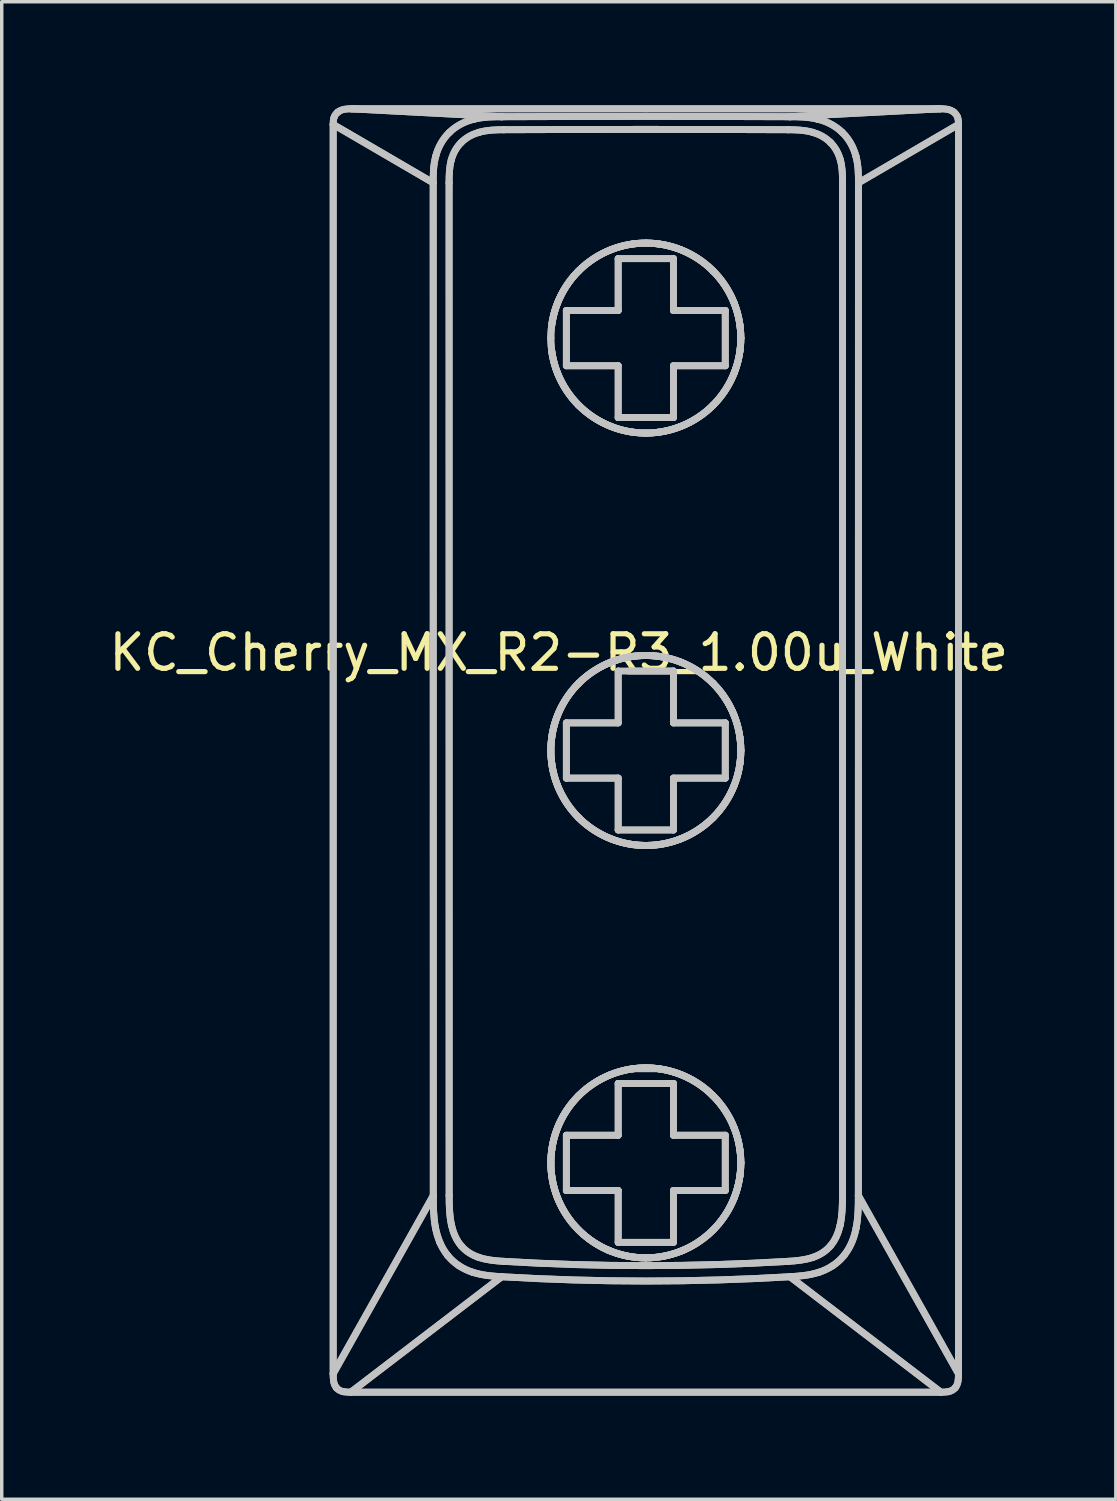
<source format=kicad_pcb>
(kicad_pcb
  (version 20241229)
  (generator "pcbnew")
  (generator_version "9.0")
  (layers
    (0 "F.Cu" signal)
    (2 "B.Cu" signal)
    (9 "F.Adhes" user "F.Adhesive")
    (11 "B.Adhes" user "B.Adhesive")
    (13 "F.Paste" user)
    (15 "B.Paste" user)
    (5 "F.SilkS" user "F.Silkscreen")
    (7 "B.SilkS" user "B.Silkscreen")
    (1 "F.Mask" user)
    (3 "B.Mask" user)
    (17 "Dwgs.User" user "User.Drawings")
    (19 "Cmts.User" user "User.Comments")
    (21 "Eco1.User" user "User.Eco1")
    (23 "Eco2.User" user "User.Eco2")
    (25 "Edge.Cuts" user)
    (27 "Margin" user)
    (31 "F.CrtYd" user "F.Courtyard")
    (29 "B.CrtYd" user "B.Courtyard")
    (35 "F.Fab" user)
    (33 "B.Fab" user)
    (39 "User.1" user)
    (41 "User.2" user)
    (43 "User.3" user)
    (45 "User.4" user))
  (footprint "KC_Cherry_MX_R2-R3_1.00u_White"
    (layer "F.Cu")
    (at 15.665 18.635)
    (property "Reference" "KC_Cherry_MX_R2-R3_1.00u_White" (at -2.54 -2.794 0) (layer "F.SilkS") (effects (font (size 1 1) (thickness 0.15))))
    (attr allow_missing_courtyard)
    (fp_line (start -9.07 -18.082) (end -9.07 18.081) (stroke (width 0.2) (type default)) (layer "Dwgs.User"))
    (fp_line (start -9.07 -18.082) (end -9.07 18.081) (stroke (width 0.2) (type default)) (layer "Dwgs.User"))
    (fp_line (start -9.07 -18.082) (end -6.175 -16.393) (stroke (width 0.2) (type default)) (layer "Dwgs.User"))
    (fp_line (start -9.07 -18.082) (end -6.175 -16.393) (stroke (width 0.2) (type default)) (layer "Dwgs.User"))
    (fp_line (start -9.07 18.081) (end -6.172 12.923) (stroke (width 0.2) (type default)) (layer "Dwgs.User"))
    (fp_line (start -9.07 18.081) (end -6.172 12.923) (stroke (width 0.2) (type default)) (layer "Dwgs.User"))
    (fp_line (start -8.56 18.615) (end -4.192 15.273) (stroke (width 0.2) (type default)) (layer "Dwgs.User"))
    (fp_line (start -8.56 18.615) (end -4.192 15.273) (stroke (width 0.2) (type default)) (layer "Dwgs.User"))
    (fp_line (start -8.56 18.615) (end 8.52 18.615) (stroke (width 0.2) (type default)) (layer "Dwgs.User"))
    (fp_line (start -8.56 18.615) (end 8.52 18.615) (stroke (width 0.2) (type default)) (layer "Dwgs.User"))
    (fp_line (start -8.539 -18.535) (end -4.181 -18.306) (stroke (width 0.2) (type default)) (layer "Dwgs.User"))
    (fp_line (start -8.539 -18.535) (end -4.181 -18.306) (stroke (width 0.2) (type default)) (layer "Dwgs.User"))
    (fp_line (start -6.172 12.923) (end -6.175 -16.393) (stroke (width 0.2) (type default)) (layer "Dwgs.User"))
    (fp_line (start -6.172 12.923) (end -6.175 -16.393) (stroke (width 0.2) (type default)) (layer "Dwgs.User"))
    (fp_line (start -5.713 12.921) (end -5.715 -16.395) (stroke (width 0.2) (type default)) (layer "Dwgs.User"))
    (fp_line (start -5.713 12.921) (end -5.715 -16.395) (stroke (width 0.2) (type default)) (layer "Dwgs.User"))
    (fp_line (start -2.32 -12.698) (end -0.82 -12.698) (stroke (width 0.2) (type default)) (layer "Dwgs.User"))
    (fp_line (start -2.32 -12.698) (end -0.82 -12.698) (stroke (width 0.2) (type default)) (layer "Dwgs.User"))
    (fp_line (start -2.32 -11.098) (end -2.32 -12.698) (stroke (width 0.2) (type default)) (layer "Dwgs.User"))
    (fp_line (start -2.32 -11.098) (end -2.32 -12.698) (stroke (width 0.2) (type default)) (layer "Dwgs.User"))
    (fp_line (start -2.32 -0.76) (end -0.82 -0.76) (stroke (width 0.2) (type default)) (layer "Dwgs.User"))
    (fp_line (start -2.32 -0.76) (end -0.82 -0.76) (stroke (width 0.2) (type default)) (layer "Dwgs.User"))
    (fp_line (start -2.32 0.84) (end -2.32 -0.76) (stroke (width 0.2) (type default)) (layer "Dwgs.User"))
    (fp_line (start -2.32 0.84) (end -2.32 -0.76) (stroke (width 0.2) (type default)) (layer "Dwgs.User"))
    (fp_line (start -2.32 11.178) (end -0.82 11.178) (stroke (width 0.2) (type default)) (layer "Dwgs.User"))
    (fp_line (start -2.32 11.178) (end -0.82 11.178) (stroke (width 0.2) (type default)) (layer "Dwgs.User"))
    (fp_line (start -2.32 12.778) (end -2.32 11.178) (stroke (width 0.2) (type default)) (layer "Dwgs.User"))
    (fp_line (start -2.32 12.778) (end -2.32 11.178) (stroke (width 0.2) (type default)) (layer "Dwgs.User"))
    (fp_line (start -0.82 -14.198) (end 0.78 -14.198) (stroke (width 0.2) (type default)) (layer "Dwgs.User"))
    (fp_line (start -0.82 -14.198) (end 0.78 -14.198) (stroke (width 0.2) (type default)) (layer "Dwgs.User"))
    (fp_line (start -0.82 -12.698) (end -0.82 -14.198) (stroke (width 0.2) (type default)) (layer "Dwgs.User"))
    (fp_line (start -0.82 -12.698) (end -0.82 -14.198) (stroke (width 0.2) (type default)) (layer "Dwgs.User"))
    (fp_line (start -0.82 -11.098) (end -2.32 -11.098) (stroke (width 0.2) (type default)) (layer "Dwgs.User"))
    (fp_line (start -0.82 -11.098) (end -2.32 -11.098) (stroke (width 0.2) (type default)) (layer "Dwgs.User"))
    (fp_line (start -0.82 -9.598) (end -0.82 -11.098) (stroke (width 0.2) (type default)) (layer "Dwgs.User"))
    (fp_line (start -0.82 -9.598) (end -0.82 -11.098) (stroke (width 0.2) (type default)) (layer "Dwgs.User"))
    (fp_line (start -0.82 -2.26) (end 0.78 -2.26) (stroke (width 0.2) (type default)) (layer "Dwgs.User"))
    (fp_line (start -0.82 -0.76) (end -0.82 -2.26) (stroke (width 0.2) (type default)) (layer "Dwgs.User"))
    (fp_line (start -0.82 -0.76) (end -0.82 -2.26) (stroke (width 0.2) (type default)) (layer "Dwgs.User"))
    (fp_line (start -0.82 0.84) (end -2.32 0.84) (stroke (width 0.2) (type default)) (layer "Dwgs.User"))
    (fp_line (start -0.82 0.84) (end -2.32 0.84) (stroke (width 0.2) (type default)) (layer "Dwgs.User"))
    (fp_line (start -0.82 2.34) (end -0.82 0.84) (stroke (width 0.2) (type default)) (layer "Dwgs.User"))
    (fp_line (start -0.82 2.34) (end -0.82 0.84) (stroke (width 0.2) (type default)) (layer "Dwgs.User"))
    (fp_line (start -0.82 9.678) (end 0.78 9.678) (stroke (width 0.2) (type default)) (layer "Dwgs.User"))
    (fp_line (start -0.82 9.678) (end 0.78 9.678) (stroke (width 0.2) (type default)) (layer "Dwgs.User"))
    (fp_line (start -0.82 11.178) (end -0.82 9.678) (stroke (width 0.2) (type default)) (layer "Dwgs.User"))
    (fp_line (start -0.82 11.178) (end -0.82 9.678) (stroke (width 0.2) (type default)) (layer "Dwgs.User"))
    (fp_line (start -0.82 12.778) (end -2.32 12.778) (stroke (width 0.2) (type default)) (layer "Dwgs.User"))
    (fp_line (start -0.82 12.778) (end -2.32 12.778) (stroke (width 0.2) (type default)) (layer "Dwgs.User"))
    (fp_line (start -0.82 14.278) (end -0.82 12.778) (stroke (width 0.2) (type default)) (layer "Dwgs.User"))
    (fp_line (start -0.82 14.278) (end -0.82 12.778) (stroke (width 0.2) (type default)) (layer "Dwgs.User"))
    (fp_line (start -0.52 -2.26) (end 0.78 -2.26) (stroke (width 0.2) (type default)) (layer "Dwgs.User"))
    (fp_line (start -0.395 9.253) (end 0.355 9.253) (stroke (width 0.2) (type default)) (layer "Dwgs.User"))
    (fp_line (start 0.78 -14.198) (end 0.78 -12.698) (stroke (width 0.2) (type default)) (layer "Dwgs.User"))
    (fp_line (start 0.78 -14.198) (end 0.78 -12.698) (stroke (width 0.2) (type default)) (layer "Dwgs.User"))
    (fp_line (start 0.78 -12.698) (end 2.28 -12.698) (stroke (width 0.2) (type default)) (layer "Dwgs.User"))
    (fp_line (start 0.78 -12.698) (end 2.28 -12.698) (stroke (width 0.2) (type default)) (layer "Dwgs.User"))
    (fp_line (start 0.78 -11.098) (end 0.78 -9.598) (stroke (width 0.2) (type default)) (layer "Dwgs.User"))
    (fp_line (start 0.78 -11.098) (end 0.78 -9.598) (stroke (width 0.2) (type default)) (layer "Dwgs.User"))
    (fp_line (start 0.78 -9.598) (end -0.82 -9.598) (stroke (width 0.2) (type default)) (layer "Dwgs.User"))
    (fp_line (start 0.78 -9.598) (end -0.82 -9.598) (stroke (width 0.2) (type default)) (layer "Dwgs.User"))
    (fp_line (start 0.78 -2.26) (end 0.78 -0.76) (stroke (width 0.2) (type default)) (layer "Dwgs.User"))
    (fp_line (start 0.78 -2.26) (end 0.78 -0.76) (stroke (width 0.2) (type default)) (layer "Dwgs.User"))
    (fp_line (start 0.78 -0.76) (end 2.28 -0.76) (stroke (width 0.2) (type default)) (layer "Dwgs.User"))
    (fp_line (start 0.78 -0.76) (end 2.28 -0.76) (stroke (width 0.2) (type default)) (layer "Dwgs.User"))
    (fp_line (start 0.78 0.84) (end 0.78 2.34) (stroke (width 0.2) (type default)) (layer "Dwgs.User"))
    (fp_line (start 0.78 0.84) (end 0.78 2.34) (stroke (width 0.2) (type default)) (layer "Dwgs.User"))
    (fp_line (start 0.78 2.34) (end -0.82 2.34) (stroke (width 0.2) (type default)) (layer "Dwgs.User"))
    (fp_line (start 0.78 2.34) (end -0.82 2.34) (stroke (width 0.2) (type default)) (layer "Dwgs.User"))
    (fp_line (start 0.78 9.678) (end 0.78 11.178) (stroke (width 0.2) (type default)) (layer "Dwgs.User"))
    (fp_line (start 0.78 9.678) (end 0.78 11.178) (stroke (width 0.2) (type default)) (layer "Dwgs.User"))
    (fp_line (start 0.78 11.178) (end 2.28 11.178) (stroke (width 0.2) (type default)) (layer "Dwgs.User"))
    (fp_line (start 0.78 11.178) (end 2.28 11.178) (stroke (width 0.2) (type default)) (layer "Dwgs.User"))
    (fp_line (start 0.78 12.778) (end 0.78 14.278) (stroke (width 0.2) (type default)) (layer "Dwgs.User"))
    (fp_line (start 0.78 12.778) (end 0.78 14.278) (stroke (width 0.2) (type default)) (layer "Dwgs.User"))
    (fp_line (start 0.78 14.278) (end -0.82 14.278) (stroke (width 0.2) (type default)) (layer "Dwgs.User"))
    (fp_line (start 0.78 14.278) (end -0.82 14.278) (stroke (width 0.2) (type default)) (layer "Dwgs.User"))
    (fp_line (start 2.28 -12.698) (end 2.28 -11.098) (stroke (width 0.2) (type default)) (layer "Dwgs.User"))
    (fp_line (start 2.28 -12.698) (end 2.28 -11.098) (stroke (width 0.2) (type default)) (layer "Dwgs.User"))
    (fp_line (start 2.28 -11.098) (end 0.78 -11.098) (stroke (width 0.2) (type default)) (layer "Dwgs.User"))
    (fp_line (start 2.28 -11.098) (end 0.78 -11.098) (stroke (width 0.2) (type default)) (layer "Dwgs.User"))
    (fp_line (start 2.28 -0.76) (end 2.28 0.84) (stroke (width 0.2) (type default)) (layer "Dwgs.User"))
    (fp_line (start 2.28 -0.76) (end 2.28 0.84) (stroke (width 0.2) (type default)) (layer "Dwgs.User"))
    (fp_line (start 2.28 0.84) (end 0.78 0.84) (stroke (width 0.2) (type default)) (layer "Dwgs.User"))
    (fp_line (start 2.28 0.84) (end 0.78 0.84) (stroke (width 0.2) (type default)) (layer "Dwgs.User"))
    (fp_line (start 2.28 11.178) (end 2.28 12.778) (stroke (width 0.2) (type default)) (layer "Dwgs.User"))
    (fp_line (start 2.28 11.178) (end 2.28 12.778) (stroke (width 0.2) (type default)) (layer "Dwgs.User"))
    (fp_line (start 2.28 12.778) (end 0.78 12.778) (stroke (width 0.2) (type default)) (layer "Dwgs.User"))
    (fp_line (start 2.28 12.778) (end 0.78 12.778) (stroke (width 0.2) (type default)) (layer "Dwgs.User"))
    (fp_line (start 4.152 15.273) (end 8.52 18.615) (stroke (width 0.2) (type default)) (layer "Dwgs.User"))
    (fp_line (start 4.152 15.273) (end 8.52 18.615) (stroke (width 0.2) (type default)) (layer "Dwgs.User"))
    (fp_line (start 5.675 -16.395) (end 5.673 12.921) (stroke (width 0.2) (type default)) (layer "Dwgs.User"))
    (fp_line (start 5.675 -16.395) (end 5.673 12.921) (stroke (width 0.2) (type default)) (layer "Dwgs.User"))
    (fp_line (start 6.132 12.923) (end 9.03 18.081) (stroke (width 0.2) (type default)) (layer "Dwgs.User"))
    (fp_line (start 6.132 12.923) (end 9.03 18.081) (stroke (width 0.2) (type default)) (layer "Dwgs.User"))
    (fp_line (start 6.135 -16.393) (end 6.132 12.923) (stroke (width 0.2) (type default)) (layer "Dwgs.User"))
    (fp_line (start 6.135 -16.393) (end 6.132 12.923) (stroke (width 0.2) (type default)) (layer "Dwgs.User"))
    (fp_line (start 8.499 -18.535) (end -8.539 -18.535) (stroke (width 0.2) (type default)) (layer "Dwgs.User"))
    (fp_line (start 8.499 -18.535) (end -8.539 -18.535) (stroke (width 0.2) (type default)) (layer "Dwgs.User"))
    (fp_line (start 8.499 -18.535) (end 4.141 -18.306) (stroke (width 0.2) (type default)) (layer "Dwgs.User"))
    (fp_line (start 8.499 -18.535) (end 4.141 -18.306) (stroke (width 0.2) (type default)) (layer "Dwgs.User"))
    (fp_line (start 9.03 -18.082) (end 6.135 -16.393) (stroke (width 0.2) (type default)) (layer "Dwgs.User"))
    (fp_line (start 9.03 -18.082) (end 6.135 -16.393) (stroke (width 0.2) (type default)) (layer "Dwgs.User"))
    (fp_line (start 9.03 18.081) (end 9.03 -18.082) (stroke (width 0.2) (type default)) (layer "Dwgs.User"))
    (fp_line (start 9.03 18.081) (end 9.03 -18.082) (stroke (width 0.2) (type default)) (layer "Dwgs.User"))
    (fp_curve (pts (xy -9.07 18.081) (xy -9.07 18.22) (xy -9.069 18.374) (xy -8.977 18.487)) (stroke (width 0.2) (type default)) (layer "Dwgs.User"))
    (fp_curve (pts (xy -9.07 18.081) (xy -9.07 18.22) (xy -9.069 18.374) (xy -8.977 18.487)) (stroke (width 0.2) (type default)) (layer "Dwgs.User"))
    (fp_curve (pts (xy -9.04 -18.3) (xy -9.068 -18.231) (xy -9.071 -18.155) (xy -9.07 -18.082)) (stroke (width 0.2) (type default)) (layer "Dwgs.User"))
    (fp_curve (pts (xy -9.04 -18.3) (xy -9.068 -18.231) (xy -9.071 -18.155) (xy -9.07 -18.082)) (stroke (width 0.2) (type default)) (layer "Dwgs.User"))
    (fp_curve (pts (xy -8.977 18.487) (xy -8.927 18.548) (xy -8.853 18.584) (xy -8.777 18.6)) (stroke (width 0.2) (type default)) (layer "Dwgs.User"))
    (fp_curve (pts (xy -8.977 18.487) (xy -8.927 18.548) (xy -8.853 18.584) (xy -8.777 18.6)) (stroke (width 0.2) (type default)) (layer "Dwgs.User"))
    (fp_curve (pts (xy -8.934 -18.44) (xy -8.982 -18.403) (xy -9.017 -18.356) (xy -9.04 -18.3)) (stroke (width 0.2) (type default)) (layer "Dwgs.User"))
    (fp_curve (pts (xy -8.934 -18.44) (xy -8.982 -18.403) (xy -9.017 -18.356) (xy -9.04 -18.3)) (stroke (width 0.2) (type default)) (layer "Dwgs.User"))
    (fp_curve (pts (xy -8.777 18.6) (xy -8.705 18.612) (xy -8.633 18.617) (xy -8.56 18.615)) (stroke (width 0.2) (type default)) (layer "Dwgs.User"))
    (fp_curve (pts (xy -8.777 18.6) (xy -8.705 18.612) (xy -8.633 18.617) (xy -8.56 18.615)) (stroke (width 0.2) (type default)) (layer "Dwgs.User"))
    (fp_curve (pts (xy -8.539 -18.535) (xy -8.675 -18.537) (xy -8.823 -18.528) (xy -8.934 -18.44)) (stroke (width 0.2) (type default)) (layer "Dwgs.User"))
    (fp_curve (pts (xy -8.539 -18.535) (xy -8.675 -18.537) (xy -8.823 -18.528) (xy -8.934 -18.44)) (stroke (width 0.2) (type default)) (layer "Dwgs.User"))
    (fp_curve (pts (xy -6.175 -16.393) (xy -6.175 -16.614) (xy -6.177 -16.877) (xy -6.102 -17.162)) (stroke (width 0.2) (type default)) (layer "Dwgs.User"))
    (fp_curve (pts (xy -6.175 -16.393) (xy -6.175 -16.614) (xy -6.177 -16.877) (xy -6.102 -17.162)) (stroke (width 0.2) (type default)) (layer "Dwgs.User"))
    (fp_curve (pts (xy -6.109 13.856) (xy -6.173 13.52) (xy -6.171 13.211) (xy -6.172 12.923)) (stroke (width 0.2) (type default)) (layer "Dwgs.User"))
    (fp_curve (pts (xy -6.109 13.856) (xy -6.173 13.52) (xy -6.171 13.211) (xy -6.172 12.923)) (stroke (width 0.2) (type default)) (layer "Dwgs.User"))
    (fp_curve (pts (xy -6.102 -17.162) (xy -6.038 -17.411) (xy -5.9 -17.669) (xy -5.7 -17.858)) (stroke (width 0.2) (type default)) (layer "Dwgs.User"))
    (fp_curve (pts (xy -6.102 -17.162) (xy -6.038 -17.411) (xy -5.9 -17.669) (xy -5.7 -17.858)) (stroke (width 0.2) (type default)) (layer "Dwgs.User"))
    (fp_curve (pts (xy -5.982 14.28) (xy -6.041 14.136) (xy -6.083 13.994) (xy -6.109 13.856)) (stroke (width 0.2) (type default)) (layer "Dwgs.User"))
    (fp_curve (pts (xy -5.982 14.28) (xy -6.041 14.136) (xy -6.083 13.994) (xy -6.109 13.856)) (stroke (width 0.2) (type default)) (layer "Dwgs.User"))
    (fp_curve (pts (xy -5.757 14.657) (xy -5.853 14.536) (xy -5.927 14.41) (xy -5.982 14.28)) (stroke (width 0.2) (type default)) (layer "Dwgs.User"))
    (fp_curve (pts (xy -5.757 14.657) (xy -5.853 14.536) (xy -5.927 14.41) (xy -5.982 14.28)) (stroke (width 0.2) (type default)) (layer "Dwgs.User"))
    (fp_curve (pts (xy -5.715 -16.395) (xy -5.715 -16.617) (xy -5.71 -16.842) (xy -5.651 -17.056)) (stroke (width 0.2) (type default)) (layer "Dwgs.User"))
    (fp_curve (pts (xy -5.715 -16.395) (xy -5.715 -16.617) (xy -5.71 -16.842) (xy -5.651 -17.056)) (stroke (width 0.2) (type default)) (layer "Dwgs.User"))
    (fp_curve (pts (xy -5.7 -17.858) (xy -5.492 -18.059) (xy -5.234 -18.178) (xy -4.991 -18.236)) (stroke (width 0.2) (type default)) (layer "Dwgs.User"))
    (fp_curve (pts (xy -5.7 -17.858) (xy -5.492 -18.059) (xy -5.234 -18.178) (xy -4.991 -18.236)) (stroke (width 0.2) (type default)) (layer "Dwgs.User"))
    (fp_curve (pts (xy -5.651 -17.056) (xy -5.6 -17.244) (xy -5.504 -17.42) (xy -5.369 -17.556)) (stroke (width 0.2) (type default)) (layer "Dwgs.User"))
    (fp_curve (pts (xy -5.651 -17.056) (xy -5.6 -17.244) (xy -5.504 -17.42) (xy -5.369 -17.556)) (stroke (width 0.2) (type default)) (layer "Dwgs.User"))
    (fp_curve (pts (xy -5.645 13.779) (xy -5.707 13.498) (xy -5.713 13.208) (xy -5.713 12.921)) (stroke (width 0.2) (type default)) (layer "Dwgs.User"))
    (fp_curve (pts (xy -5.645 13.779) (xy -5.707 13.498) (xy -5.713 13.208) (xy -5.713 12.921)) (stroke (width 0.2) (type default)) (layer "Dwgs.User"))
    (fp_curve (pts (xy -5.428 14.955) (xy -5.55 14.875) (xy -5.665 14.771) (xy -5.757 14.657)) (stroke (width 0.2) (type default)) (layer "Dwgs.User"))
    (fp_curve (pts (xy -5.428 14.955) (xy -5.55 14.875) (xy -5.665 14.771) (xy -5.757 14.657)) (stroke (width 0.2) (type default)) (layer "Dwgs.User"))
    (fp_curve (pts (xy -5.369 -17.556) (xy -5.226 -17.701) (xy -5.044 -17.799) (xy -4.851 -17.854)) (stroke (width 0.2) (type default)) (layer "Dwgs.User"))
    (fp_curve (pts (xy -5.369 -17.556) (xy -5.226 -17.701) (xy -5.044 -17.799) (xy -4.851 -17.854)) (stroke (width 0.2) (type default)) (layer "Dwgs.User"))
    (fp_curve (pts (xy -5.366 14.377) (xy -5.51 14.208) (xy -5.597 13.996) (xy -5.645 13.779)) (stroke (width 0.2) (type default)) (layer "Dwgs.User"))
    (fp_curve (pts (xy -5.366 14.377) (xy -5.51 14.208) (xy -5.597 13.996) (xy -5.645 13.779)) (stroke (width 0.2) (type default)) (layer "Dwgs.User"))
    (fp_curve (pts (xy -5.034 15.143) (xy -5.166 15.101) (xy -5.298 15.039) (xy -5.428 14.955)) (stroke (width 0.2) (type default)) (layer "Dwgs.User"))
    (fp_curve (pts (xy -5.034 15.143) (xy -5.166 15.101) (xy -5.298 15.039) (xy -5.428 14.955)) (stroke (width 0.2) (type default)) (layer "Dwgs.User"))
    (fp_curve (pts (xy -4.991 -18.236) (xy -4.698 -18.307) (xy -4.424 -18.305) (xy -4.181 -18.306)) (stroke (width 0.2) (type default)) (layer "Dwgs.User"))
    (fp_curve (pts (xy -4.991 -18.236) (xy -4.698 -18.307) (xy -4.424 -18.305) (xy -4.181 -18.306)) (stroke (width 0.2) (type default)) (layer "Dwgs.User"))
    (fp_curve (pts (xy -4.863 14.71) (xy -5.055 14.645) (xy -5.234 14.533) (xy -5.366 14.377)) (stroke (width 0.2) (type default)) (layer "Dwgs.User"))
    (fp_curve (pts (xy -4.863 14.71) (xy -5.055 14.645) (xy -5.234 14.533) (xy -5.366 14.377)) (stroke (width 0.2) (type default)) (layer "Dwgs.User"))
    (fp_curve (pts (xy -4.851 -17.854) (xy -4.619 -17.921) (xy -4.375 -17.929) (xy -4.134 -17.93)) (stroke (width 0.2) (type default)) (layer "Dwgs.User"))
    (fp_curve (pts (xy -4.851 -17.854) (xy -4.619 -17.921) (xy -4.375 -17.929) (xy -4.134 -17.93)) (stroke (width 0.2) (type default)) (layer "Dwgs.User"))
    (fp_curve (pts (xy -4.192 15.273) (xy -4.443 15.256) (xy -4.724 15.242) (xy -5.034 15.143)) (stroke (width 0.2) (type default)) (layer "Dwgs.User"))
    (fp_curve (pts (xy -4.192 15.273) (xy -4.443 15.256) (xy -4.724 15.242) (xy -5.034 15.143)) (stroke (width 0.2) (type default)) (layer "Dwgs.User"))
    (fp_curve (pts (xy -4.181 -18.306) (xy -1.421 -18.318) (xy 1.381 -18.318) (xy 4.141 -18.306)) (stroke (width 0.2) (type default)) (layer "Dwgs.User"))
    (fp_curve (pts (xy -4.181 -18.306) (xy -1.421 -18.318) (xy 1.381 -18.318) (xy 4.141 -18.306)) (stroke (width 0.2) (type default)) (layer "Dwgs.User"))
    (fp_curve (pts (xy -4.134 -17.93) (xy -1.405 -17.942) (xy 1.365 -17.942) (xy 4.094 -17.93)) (stroke (width 0.2) (type default)) (layer "Dwgs.User"))
    (fp_curve (pts (xy -4.134 -17.93) (xy -1.405 -17.942) (xy 1.365 -17.942) (xy 4.094 -17.93)) (stroke (width 0.2) (type default)) (layer "Dwgs.User"))
    (fp_curve (pts (xy -4.131 14.828) (xy -4.379 14.813) (xy -4.628 14.791) (xy -4.863 14.71)) (stroke (width 0.2) (type default)) (layer "Dwgs.User"))
    (fp_curve (pts (xy -4.131 14.828) (xy -4.379 14.813) (xy -4.628 14.791) (xy -4.863 14.71)) (stroke (width 0.2) (type default)) (layer "Dwgs.User"))
    (fp_curve (pts (xy -2.77 -11.899) (xy -2.77 -11.575) (xy -2.711 -11.225) (xy -2.577 -10.886)) (stroke (width 0.2) (type default)) (layer "Dwgs.User"))
    (fp_curve (pts (xy -2.77 -11.899) (xy -2.77 -11.575) (xy -2.711 -11.225) (xy -2.577 -10.886)) (stroke (width 0.2) (type default)) (layer "Dwgs.User"))
    (fp_curve (pts (xy -2.77 0.039) (xy -2.77 0.363) (xy -2.711 0.713) (xy -2.577 1.052)) (stroke (width 0.2) (type default)) (layer "Dwgs.User"))
    (fp_curve (pts (xy -2.77 0.039) (xy -2.77 0.363) (xy -2.711 0.713) (xy -2.577 1.052)) (stroke (width 0.2) (type default)) (layer "Dwgs.User"))
    (fp_curve (pts (xy -2.77 11.977) (xy -2.77 12.301) (xy -2.711 12.651) (xy -2.577 12.99)) (stroke (width 0.2) (type default)) (layer "Dwgs.User"))
    (fp_curve (pts (xy -2.77 11.977) (xy -2.77 12.301) (xy -2.711 12.651) (xy -2.577 12.99)) (stroke (width 0.2) (type default)) (layer "Dwgs.User"))
    (fp_curve (pts (xy -2.744 0.414) (xy -2.665 1.003) (xy -2.386 1.564) (xy -1.965 1.984)) (stroke (width 0.2) (type default)) (layer "Dwgs.User"))
    (fp_curve (pts (xy -2.744 0.414) (xy -2.665 1.003) (xy -2.386 1.564) (xy -1.965 1.984)) (stroke (width 0.2) (type default)) (layer "Dwgs.User"))
    (fp_curve (pts (xy -2.744 -12.274) (xy -2.664 -12.863) (xy -2.386 -13.424) (xy -1.965 -13.843)) (stroke (width 0.2) (type default)) (layer "Dwgs.User"))
    (fp_curve (pts (xy -2.744 -12.274) (xy -2.664 -12.863) (xy -2.386 -13.424) (xy -1.965 -13.843)) (stroke (width 0.2) (type default)) (layer "Dwgs.User"))
    (fp_curve (pts (xy -2.744 -0.336) (xy -2.779 -0.086) (xy -2.779 0.164) (xy -2.744 0.414)) (stroke (width 0.2) (type default)) (layer "Dwgs.User"))
    (fp_curve (pts (xy -2.744 -0.336) (xy -2.779 -0.086) (xy -2.779 0.164) (xy -2.744 0.414)) (stroke (width 0.2) (type default)) (layer "Dwgs.User"))
    (fp_curve (pts (xy -2.744 11.602) (xy -2.779 11.852) (xy -2.779 12.102) (xy -2.744 12.352)) (stroke (width 0.2) (type default)) (layer "Dwgs.User"))
    (fp_curve (pts (xy -2.744 11.602) (xy -2.779 11.852) (xy -2.779 12.102) (xy -2.744 12.352)) (stroke (width 0.2) (type default)) (layer "Dwgs.User"))
    (fp_curve (pts (xy -2.744 11.602) (xy -2.664 11.013) (xy -2.386 10.452) (xy -1.965 10.033)) (stroke (width 0.2) (type default)) (layer "Dwgs.User"))
    (fp_curve (pts (xy -2.744 11.602) (xy -2.664 11.013) (xy -2.386 10.452) (xy -1.965 10.033)) (stroke (width 0.2) (type default)) (layer "Dwgs.User"))
    (fp_curve (pts (xy -2.577 -12.911) (xy -2.711 -12.572) (xy -2.77 -12.222) (xy -2.77 -11.899)) (stroke (width 0.2) (type default)) (layer "Dwgs.User"))
    (fp_curve (pts (xy -2.577 -12.911) (xy -2.711 -12.572) (xy -2.77 -12.222) (xy -2.77 -11.899)) (stroke (width 0.2) (type default)) (layer "Dwgs.User"))
    (fp_curve (pts (xy -2.577 -10.886) (xy -2.444 -10.548) (xy -2.234 -10.222) (xy -1.965 -9.954)) (stroke (width 0.2) (type default)) (layer "Dwgs.User"))
    (fp_curve (pts (xy -2.577 -10.886) (xy -2.444 -10.548) (xy -2.234 -10.222) (xy -1.965 -9.954)) (stroke (width 0.2) (type default)) (layer "Dwgs.User"))
    (fp_curve (pts (xy -2.577 -0.973) (xy -2.711 -0.634) (xy -2.77 -0.284) (xy -2.77 0.039)) (stroke (width 0.2) (type default)) (layer "Dwgs.User"))
    (fp_curve (pts (xy -2.577 -0.973) (xy -2.711 -0.634) (xy -2.77 -0.284) (xy -2.77 0.039)) (stroke (width 0.2) (type default)) (layer "Dwgs.User"))
    (fp_curve (pts (xy -2.577 1.052) (xy -2.444 1.39) (xy -2.234 1.716) (xy -1.965 1.984)) (stroke (width 0.2) (type default)) (layer "Dwgs.User"))
    (fp_curve (pts (xy -2.577 1.052) (xy -2.444 1.39) (xy -2.234 1.716) (xy -1.965 1.984)) (stroke (width 0.2) (type default)) (layer "Dwgs.User"))
    (fp_curve (pts (xy -2.577 10.965) (xy -2.711 11.304) (xy -2.77 11.654) (xy -2.77 11.977)) (stroke (width 0.2) (type default)) (layer "Dwgs.User"))
    (fp_curve (pts (xy -2.577 10.965) (xy -2.711 11.304) (xy -2.77 11.654) (xy -2.77 11.977)) (stroke (width 0.2) (type default)) (layer "Dwgs.User"))
    (fp_curve (pts (xy -2.577 12.99) (xy -2.444 13.328) (xy -2.234 13.654) (xy -1.965 13.922)) (stroke (width 0.2) (type default)) (layer "Dwgs.User"))
    (fp_curve (pts (xy -2.577 12.99) (xy -2.444 13.328) (xy -2.234 13.654) (xy -1.965 13.922)) (stroke (width 0.2) (type default)) (layer "Dwgs.User"))
    (fp_curve (pts (xy -1.965 -13.843) (xy -2.234 -13.575) (xy -2.444 -13.249) (xy -2.577 -12.911)) (stroke (width 0.2) (type default)) (layer "Dwgs.User"))
    (fp_curve (pts (xy -1.965 -13.843) (xy -2.234 -13.575) (xy -2.444 -13.249) (xy -2.577 -12.911)) (stroke (width 0.2) (type default)) (layer "Dwgs.User"))
    (fp_curve (pts (xy -1.965 -13.843) (xy -1.545 -14.265) (xy -0.984 -14.543) (xy -0.395 -14.623)) (stroke (width 0.2) (type default)) (layer "Dwgs.User"))
    (fp_curve (pts (xy -1.965 -13.843) (xy -1.545 -14.265) (xy -0.984 -14.543) (xy -0.395 -14.623)) (stroke (width 0.2) (type default)) (layer "Dwgs.User"))
    (fp_curve (pts (xy -1.965 -9.954) (xy -2.386 -10.374) (xy -2.665 -10.935) (xy -2.744 -11.524)) (stroke (width 0.2) (type default)) (layer "Dwgs.User"))
    (fp_curve (pts (xy -1.965 -9.954) (xy -2.386 -10.374) (xy -2.665 -10.935) (xy -2.744 -11.524)) (stroke (width 0.2) (type default)) (layer "Dwgs.User"))
    (fp_curve (pts (xy -1.965 -9.954) (xy -1.696 -9.685) (xy -1.371 -9.475) (xy -1.032 -9.342)) (stroke (width 0.2) (type default)) (layer "Dwgs.User"))
    (fp_curve (pts (xy -1.965 -9.954) (xy -1.696 -9.685) (xy -1.371 -9.475) (xy -1.032 -9.342)) (stroke (width 0.2) (type default)) (layer "Dwgs.User"))
    (fp_curve (pts (xy -1.965 -1.905) (xy -2.386 -1.486) (xy -2.664 -0.925) (xy -2.744 -0.336)) (stroke (width 0.2) (type default)) (layer "Dwgs.User"))
    (fp_curve (pts (xy -1.965 -1.905) (xy -2.386 -1.486) (xy -2.664 -0.925) (xy -2.744 -0.336)) (stroke (width 0.2) (type default)) (layer "Dwgs.User"))
    (fp_curve (pts (xy -1.965 -1.905) (xy -2.234 -1.637) (xy -2.444 -1.311) (xy -2.577 -0.973)) (stroke (width 0.2) (type default)) (layer "Dwgs.User"))
    (fp_curve (pts (xy -1.965 -1.905) (xy -2.234 -1.637) (xy -2.444 -1.311) (xy -2.577 -0.973)) (stroke (width 0.2) (type default)) (layer "Dwgs.User"))
    (fp_curve (pts (xy -1.965 1.984) (xy -1.696 2.253) (xy -1.371 2.463) (xy -1.032 2.596)) (stroke (width 0.2) (type default)) (layer "Dwgs.User"))
    (fp_curve (pts (xy -1.965 1.984) (xy -1.696 2.253) (xy -1.371 2.463) (xy -1.032 2.596)) (stroke (width 0.2) (type default)) (layer "Dwgs.User"))
    (fp_curve (pts (xy -1.965 1.984) (xy -1.545 2.406) (xy -0.984 2.684) (xy -0.395 2.764)) (stroke (width 0.2) (type default)) (layer "Dwgs.User"))
    (fp_curve (pts (xy -1.965 1.984) (xy -1.545 2.406) (xy -0.984 2.684) (xy -0.395 2.764)) (stroke (width 0.2) (type default)) (layer "Dwgs.User"))
    (fp_curve (pts (xy -1.965 10.033) (xy -2.234 10.301) (xy -2.444 10.627) (xy -2.577 10.965)) (stroke (width 0.2) (type default)) (layer "Dwgs.User"))
    (fp_curve (pts (xy -1.965 10.033) (xy -2.234 10.301) (xy -2.444 10.627) (xy -2.577 10.965)) (stroke (width 0.2) (type default)) (layer "Dwgs.User"))
    (fp_curve (pts (xy -1.965 10.033) (xy -1.545 9.611) (xy -0.984 9.333) (xy -0.395 9.253)) (stroke (width 0.2) (type default)) (layer "Dwgs.User"))
    (fp_curve (pts (xy -1.965 10.033) (xy -1.545 9.611) (xy -0.984 9.333) (xy -0.395 9.253)) (stroke (width 0.2) (type default)) (layer "Dwgs.User"))
    (fp_curve (pts (xy -1.965 13.922) (xy -1.696 14.191) (xy -1.371 14.401) (xy -1.032 14.534)) (stroke (width 0.2) (type default)) (layer "Dwgs.User"))
    (fp_curve (pts (xy -1.965 13.922) (xy -1.696 14.191) (xy -1.371 14.401) (xy -1.032 14.534)) (stroke (width 0.2) (type default)) (layer "Dwgs.User"))
    (fp_curve (pts (xy -1.815 14.06) (xy -2.32 13.628) (xy -2.656 13.009) (xy -2.744 12.352)) (stroke (width 0.2) (type default)) (layer "Dwgs.User"))
    (fp_curve (pts (xy -1.815 14.06) (xy -2.32 13.628) (xy -2.656 13.009) (xy -2.744 12.352)) (stroke (width 0.2) (type default)) (layer "Dwgs.User"))
    (fp_curve (pts (xy -1.815 14.06) (xy -1.632 14.219) (xy -1.398 14.378) (xy -1.111 14.502)) (stroke (width 0.2) (type default)) (layer "Dwgs.User"))
    (fp_curve (pts (xy -1.815 14.06) (xy -1.632 14.219) (xy -1.398 14.378) (xy -1.111 14.502)) (stroke (width 0.2) (type default)) (layer "Dwgs.User"))
    (fp_curve (pts (xy -1.111 14.502) (xy -0.815 14.63) (xy -0.444 14.727) (xy -0.02 14.727)) (stroke (width 0.2) (type default)) (layer "Dwgs.User"))
    (fp_curve (pts (xy -1.111 14.502) (xy -0.815 14.63) (xy -0.444 14.727) (xy -0.02 14.727)) (stroke (width 0.2) (type default)) (layer "Dwgs.User"))
    (fp_curve (pts (xy -1.032 -14.456) (xy -1.371 -14.322) (xy -1.696 -14.112) (xy -1.965 -13.843)) (stroke (width 0.2) (type default)) (layer "Dwgs.User"))
    (fp_curve (pts (xy -1.032 -14.456) (xy -1.371 -14.322) (xy -1.696 -14.112) (xy -1.965 -13.843)) (stroke (width 0.2) (type default)) (layer "Dwgs.User"))
    (fp_curve (pts (xy -1.032 -9.342) (xy -0.693 -9.207) (xy -0.344 -9.148) (xy -0.02 -9.149)) (stroke (width 0.2) (type default)) (layer "Dwgs.User"))
    (fp_curve (pts (xy -1.032 -9.342) (xy -0.693 -9.207) (xy -0.344 -9.148) (xy -0.02 -9.149)) (stroke (width 0.2) (type default)) (layer "Dwgs.User"))
    (fp_curve (pts (xy -1.032 -2.518) (xy -1.371 -2.384) (xy -1.696 -2.174) (xy -1.965 -1.905)) (stroke (width 0.2) (type default)) (layer "Dwgs.User"))
    (fp_curve (pts (xy -1.032 -2.518) (xy -1.371 -2.384) (xy -1.696 -2.174) (xy -1.965 -1.905)) (stroke (width 0.2) (type default)) (layer "Dwgs.User"))
    (fp_curve (pts (xy -1.032 2.596) (xy -0.693 2.731) (xy -0.344 2.79) (xy -0.02 2.789)) (stroke (width 0.2) (type default)) (layer "Dwgs.User"))
    (fp_curve (pts (xy -1.032 2.596) (xy -0.693 2.731) (xy -0.344 2.79) (xy -0.02 2.789)) (stroke (width 0.2) (type default)) (layer "Dwgs.User"))
    (fp_curve (pts (xy -1.032 9.42) (xy -1.371 9.554) (xy -1.696 9.764) (xy -1.965 10.033)) (stroke (width 0.2) (type default)) (layer "Dwgs.User"))
    (fp_curve (pts (xy -1.032 9.42) (xy -1.371 9.554) (xy -1.696 9.764) (xy -1.965 10.033)) (stroke (width 0.2) (type default)) (layer "Dwgs.User"))
    (fp_curve (pts (xy -1.032 14.534) (xy -0.693 14.669) (xy -0.344 14.728) (xy -0.02 14.727)) (stroke (width 0.2) (type default)) (layer "Dwgs.User"))
    (fp_curve (pts (xy -1.032 14.534) (xy -0.693 14.669) (xy -0.344 14.728) (xy -0.02 14.727)) (stroke (width 0.2) (type default)) (layer "Dwgs.User"))
    (fp_curve (pts (xy -0.395 -14.623) (xy -0.145 -14.657) (xy 0.105 -14.657) (xy 0.355 -14.623)) (stroke (width 0.2) (type default)) (layer "Dwgs.User"))
    (fp_curve (pts (xy -0.395 -14.623) (xy -0.145 -14.657) (xy 0.105 -14.657) (xy 0.355 -14.623)) (stroke (width 0.2) (type default)) (layer "Dwgs.User"))
    (fp_curve (pts (xy -0.395 -9.174) (xy -0.984 -9.254) (xy -1.545 -9.532) (xy -1.965 -9.954)) (stroke (width 0.2) (type default)) (layer "Dwgs.User"))
    (fp_curve (pts (xy -0.395 -9.174) (xy -0.984 -9.254) (xy -1.545 -9.532) (xy -1.965 -9.954)) (stroke (width 0.2) (type default)) (layer "Dwgs.User"))
    (fp_curve (pts (xy -0.395 -2.685) (xy -0.984 -2.605) (xy -1.545 -2.327) (xy -1.965 -1.905)) (stroke (width 0.2) (type default)) (layer "Dwgs.User"))
    (fp_curve (pts (xy -0.395 -2.685) (xy -0.984 -2.605) (xy -1.545 -2.327) (xy -1.965 -1.905)) (stroke (width 0.2) (type default)) (layer "Dwgs.User"))
    (fp_curve (pts (xy -0.395 -2.685) (xy -0.145 -2.719) (xy 0.105 -2.719) (xy 0.355 -2.685)) (stroke (width 0.2) (type default)) (layer "Dwgs.User"))
    (fp_curve (pts (xy -0.395 -2.685) (xy -0.145 -2.719) (xy 0.105 -2.719) (xy 0.355 -2.685)) (stroke (width 0.2) (type default)) (layer "Dwgs.User"))
    (fp_curve (pts (xy -0.395 2.764) (xy -0.145 2.798) (xy 0.105 2.798) (xy 0.355 2.764)) (stroke (width 0.2) (type default)) (layer "Dwgs.User"))
    (fp_curve (pts (xy -0.395 2.764) (xy -0.145 2.798) (xy 0.105 2.798) (xy 0.355 2.764)) (stroke (width 0.2) (type default)) (layer "Dwgs.User"))
    (fp_curve (pts (xy -0.02 -14.649) (xy -0.344 -14.649) (xy -0.693 -14.59) (xy -1.032 -14.456)) (stroke (width 0.2) (type default)) (layer "Dwgs.User"))
    (fp_curve (pts (xy -0.02 -14.649) (xy -0.344 -14.649) (xy -0.693 -14.59) (xy -1.032 -14.456)) (stroke (width 0.2) (type default)) (layer "Dwgs.User"))
    (fp_curve (pts (xy -0.02 -9.149) (xy 0.304 -9.148) (xy 0.653 -9.207) (xy 0.992 -9.342)) (stroke (width 0.2) (type default)) (layer "Dwgs.User"))
    (fp_curve (pts (xy -0.02 -9.149) (xy 0.304 -9.148) (xy 0.653 -9.207) (xy 0.992 -9.342)) (stroke (width 0.2) (type default)) (layer "Dwgs.User"))
    (fp_curve (pts (xy -0.02 -2.711) (xy -0.344 -2.711) (xy -0.693 -2.652) (xy -1.032 -2.518)) (stroke (width 0.2) (type default)) (layer "Dwgs.User"))
    (fp_curve (pts (xy -0.02 -2.711) (xy -0.344 -2.711) (xy -0.693 -2.652) (xy -1.032 -2.518)) (stroke (width 0.2) (type default)) (layer "Dwgs.User"))
    (fp_curve (pts (xy -0.02 2.789) (xy 0.304 2.79) (xy 0.653 2.731) (xy 0.992 2.596)) (stroke (width 0.2) (type default)) (layer "Dwgs.User"))
    (fp_curve (pts (xy -0.02 2.789) (xy 0.304 2.79) (xy 0.653 2.731) (xy 0.992 2.596)) (stroke (width 0.2) (type default)) (layer "Dwgs.User"))
    (fp_curve (pts (xy -0.02 9.227) (xy -0.344 9.227) (xy -0.693 9.286) (xy -1.032 9.42)) (stroke (width 0.2) (type default)) (layer "Dwgs.User"))
    (fp_curve (pts (xy -0.02 9.227) (xy -0.344 9.227) (xy -0.693 9.286) (xy -1.032 9.42)) (stroke (width 0.2) (type default)) (layer "Dwgs.User"))
    (fp_curve (pts (xy -0.02 14.727) (xy 0.304 14.728) (xy 0.653 14.669) (xy 0.992 14.534)) (stroke (width 0.2) (type default)) (layer "Dwgs.User"))
    (fp_curve (pts (xy -0.02 14.727) (xy 0.304 14.728) (xy 0.653 14.669) (xy 0.992 14.534)) (stroke (width 0.2) (type default)) (layer "Dwgs.User"))
    (fp_curve (pts (xy -0.02 14.727) (xy 0.404 14.727) (xy 0.775 14.63) (xy 1.071 14.502)) (stroke (width 0.2) (type default)) (layer "Dwgs.User"))
    (fp_curve (pts (xy -0.02 14.727) (xy 0.404 14.727) (xy 0.775 14.63) (xy 1.071 14.502)) (stroke (width 0.2) (type default)) (layer "Dwgs.User"))
    (fp_curve (pts (xy 0.355 -14.623) (xy 0.944 -14.543) (xy 1.505 -14.265) (xy 1.925 -13.843)) (stroke (width 0.2) (type default)) (layer "Dwgs.User"))
    (fp_curve (pts (xy 0.355 -14.623) (xy 0.944 -14.543) (xy 1.505 -14.265) (xy 1.925 -13.843)) (stroke (width 0.2) (type default)) (layer "Dwgs.User"))
    (fp_curve (pts (xy 0.355 -9.174) (xy 0.105 -9.14) (xy -0.145 -9.14) (xy -0.395 -9.174)) (stroke (width 0.2) (type default)) (layer "Dwgs.User"))
    (fp_curve (pts (xy 0.355 -9.174) (xy 0.105 -9.14) (xy -0.145 -9.14) (xy -0.395 -9.174)) (stroke (width 0.2) (type default)) (layer "Dwgs.User"))
    (fp_curve (pts (xy 0.355 2.764) (xy 0.944 2.684) (xy 1.505 2.406) (xy 1.925 1.984)) (stroke (width 0.2) (type default)) (layer "Dwgs.User"))
    (fp_curve (pts (xy 0.355 2.764) (xy 0.944 2.684) (xy 1.505 2.406) (xy 1.925 1.984)) (stroke (width 0.2) (type default)) (layer "Dwgs.User"))
    (fp_curve (pts (xy 0.355 9.253) (xy 0.105 9.219) (xy -0.145 9.219) (xy -0.395 9.253)) (stroke (width 0.2) (type default)) (layer "Dwgs.User"))
    (fp_curve (pts (xy 0.355 9.253) (xy 0.105 9.219) (xy -0.145 9.219) (xy -0.395 9.253)) (stroke (width 0.2) (type default)) (layer "Dwgs.User"))
    (fp_curve (pts (xy 0.355 9.253) (xy 0.944 9.333) (xy 1.505 9.611) (xy 1.925 10.033)) (stroke (width 0.2) (type default)) (layer "Dwgs.User"))
    (fp_curve (pts (xy 0.355 9.253) (xy 0.944 9.333) (xy 1.505 9.611) (xy 1.925 10.033)) (stroke (width 0.2) (type default)) (layer "Dwgs.User"))
    (fp_curve (pts (xy 0.992 -14.456) (xy 0.653 -14.59) (xy 0.304 -14.649) (xy -0.02 -14.649)) (stroke (width 0.2) (type default)) (layer "Dwgs.User"))
    (fp_curve (pts (xy 0.992 -14.456) (xy 0.653 -14.59) (xy 0.304 -14.649) (xy -0.02 -14.649)) (stroke (width 0.2) (type default)) (layer "Dwgs.User"))
    (fp_curve (pts (xy 0.992 -9.342) (xy 1.331 -9.475) (xy 1.656 -9.685) (xy 1.925 -9.954)) (stroke (width 0.2) (type default)) (layer "Dwgs.User"))
    (fp_curve (pts (xy 0.992 -9.342) (xy 1.331 -9.475) (xy 1.656 -9.685) (xy 1.925 -9.954)) (stroke (width 0.2) (type default)) (layer "Dwgs.User"))
    (fp_curve (pts (xy 0.992 -2.518) (xy 0.653 -2.652) (xy 0.304 -2.711) (xy -0.02 -2.711)) (stroke (width 0.2) (type default)) (layer "Dwgs.User"))
    (fp_curve (pts (xy 0.992 -2.518) (xy 0.653 -2.652) (xy 0.304 -2.711) (xy -0.02 -2.711)) (stroke (width 0.2) (type default)) (layer "Dwgs.User"))
    (fp_curve (pts (xy 0.992 2.596) (xy 1.331 2.463) (xy 1.656 2.253) (xy 1.925 1.984)) (stroke (width 0.2) (type default)) (layer "Dwgs.User"))
    (fp_curve (pts (xy 0.992 2.596) (xy 1.331 2.463) (xy 1.656 2.253) (xy 1.925 1.984)) (stroke (width 0.2) (type default)) (layer "Dwgs.User"))
    (fp_curve (pts (xy 0.992 9.42) (xy 0.653 9.286) (xy 0.304 9.227) (xy -0.02 9.227)) (stroke (width 0.2) (type default)) (layer "Dwgs.User"))
    (fp_curve (pts (xy 0.992 9.42) (xy 0.653 9.286) (xy 0.304 9.227) (xy -0.02 9.227)) (stroke (width 0.2) (type default)) (layer "Dwgs.User"))
    (fp_curve (pts (xy 0.992 14.534) (xy 1.331 14.401) (xy 1.656 14.191) (xy 1.925 13.922)) (stroke (width 0.2) (type default)) (layer "Dwgs.User"))
    (fp_curve (pts (xy 0.992 14.534) (xy 1.331 14.401) (xy 1.656 14.191) (xy 1.925 13.922)) (stroke (width 0.2) (type default)) (layer "Dwgs.User"))
    (fp_curve (pts (xy 1.071 14.502) (xy 1.358 14.378) (xy 1.592 14.219) (xy 1.775 14.06)) (stroke (width 0.2) (type default)) (layer "Dwgs.User"))
    (fp_curve (pts (xy 1.071 14.502) (xy 1.358 14.378) (xy 1.592 14.219) (xy 1.775 14.06)) (stroke (width 0.2) (type default)) (layer "Dwgs.User"))
    (fp_curve (pts (xy 1.925 -13.843) (xy 1.656 -14.112) (xy 1.331 -14.322) (xy 0.992 -14.456)) (stroke (width 0.2) (type default)) (layer "Dwgs.User"))
    (fp_curve (pts (xy 1.925 -13.843) (xy 1.656 -14.112) (xy 1.331 -14.322) (xy 0.992 -14.456)) (stroke (width 0.2) (type default)) (layer "Dwgs.User"))
    (fp_curve (pts (xy 1.925 -13.843) (xy 2.346 -13.424) (xy 2.624 -12.863) (xy 2.704 -12.274)) (stroke (width 0.2) (type default)) (layer "Dwgs.User"))
    (fp_curve (pts (xy 1.925 -13.843) (xy 2.346 -13.424) (xy 2.624 -12.863) (xy 2.704 -12.274)) (stroke (width 0.2) (type default)) (layer "Dwgs.User"))
    (fp_curve (pts (xy 1.925 -9.954) (xy 1.505 -9.532) (xy 0.944 -9.254) (xy 0.355 -9.174)) (stroke (width 0.2) (type default)) (layer "Dwgs.User"))
    (fp_curve (pts (xy 1.925 -9.954) (xy 1.505 -9.532) (xy 0.944 -9.254) (xy 0.355 -9.174)) (stroke (width 0.2) (type default)) (layer "Dwgs.User"))
    (fp_curve (pts (xy 1.925 -9.954) (xy 2.194 -10.222) (xy 2.404 -10.548) (xy 2.537 -10.886)) (stroke (width 0.2) (type default)) (layer "Dwgs.User"))
    (fp_curve (pts (xy 1.925 -9.954) (xy 2.194 -10.222) (xy 2.404 -10.548) (xy 2.537 -10.886)) (stroke (width 0.2) (type default)) (layer "Dwgs.User"))
    (fp_curve (pts (xy 1.925 -1.905) (xy 1.505 -2.327) (xy 0.944 -2.605) (xy 0.355 -2.685)) (stroke (width 0.2) (type default)) (layer "Dwgs.User"))
    (fp_curve (pts (xy 1.925 -1.905) (xy 1.505 -2.327) (xy 0.944 -2.605) (xy 0.355 -2.685)) (stroke (width 0.2) (type default)) (layer "Dwgs.User"))
    (fp_curve (pts (xy 1.925 -1.905) (xy 1.656 -2.174) (xy 1.331 -2.384) (xy 0.992 -2.518)) (stroke (width 0.2) (type default)) (layer "Dwgs.User"))
    (fp_curve (pts (xy 1.925 -1.905) (xy 1.656 -2.174) (xy 1.331 -2.384) (xy 0.992 -2.518)) (stroke (width 0.2) (type default)) (layer "Dwgs.User"))
    (fp_curve (pts (xy 1.925 1.984) (xy 2.194 1.716) (xy 2.404 1.39) (xy 2.537 1.052)) (stroke (width 0.2) (type default)) (layer "Dwgs.User"))
    (fp_curve (pts (xy 1.925 1.984) (xy 2.194 1.716) (xy 2.404 1.39) (xy 2.537 1.052)) (stroke (width 0.2) (type default)) (layer "Dwgs.User"))
    (fp_curve (pts (xy 1.925 1.984) (xy 2.346 1.564) (xy 2.625 1.003) (xy 2.704 0.414)) (stroke (width 0.2) (type default)) (layer "Dwgs.User"))
    (fp_curve (pts (xy 1.925 1.984) (xy 2.346 1.564) (xy 2.625 1.003) (xy 2.704 0.414)) (stroke (width 0.2) (type default)) (layer "Dwgs.User"))
    (fp_curve (pts (xy 1.925 10.033) (xy 1.656 9.764) (xy 1.331 9.554) (xy 0.992 9.42)) (stroke (width 0.2) (type default)) (layer "Dwgs.User"))
    (fp_curve (pts (xy 1.925 10.033) (xy 1.656 9.764) (xy 1.331 9.554) (xy 0.992 9.42)) (stroke (width 0.2) (type default)) (layer "Dwgs.User"))
    (fp_curve (pts (xy 1.925 10.033) (xy 2.346 10.452) (xy 2.624 11.013) (xy 2.704 11.602)) (stroke (width 0.2) (type default)) (layer "Dwgs.User"))
    (fp_curve (pts (xy 1.925 10.033) (xy 2.346 10.452) (xy 2.624 11.013) (xy 2.704 11.602)) (stroke (width 0.2) (type default)) (layer "Dwgs.User"))
    (fp_curve (pts (xy 1.925 13.922) (xy 2.194 13.654) (xy 2.404 13.328) (xy 2.537 12.99)) (stroke (width 0.2) (type default)) (layer "Dwgs.User"))
    (fp_curve (pts (xy 1.925 13.922) (xy 2.194 13.654) (xy 2.404 13.328) (xy 2.537 12.99)) (stroke (width 0.2) (type default)) (layer "Dwgs.User"))
    (fp_curve (pts (xy 2.537 -12.911) (xy 2.404 -13.249) (xy 2.194 -13.575) (xy 1.925 -13.843)) (stroke (width 0.2) (type default)) (layer "Dwgs.User"))
    (fp_curve (pts (xy 2.537 -12.911) (xy 2.404 -13.249) (xy 2.194 -13.575) (xy 1.925 -13.843)) (stroke (width 0.2) (type default)) (layer "Dwgs.User"))
    (fp_curve (pts (xy 2.537 -10.886) (xy 2.671 -11.225) (xy 2.73 -11.575) (xy 2.73 -11.899)) (stroke (width 0.2) (type default)) (layer "Dwgs.User"))
    (fp_curve (pts (xy 2.537 -10.886) (xy 2.671 -11.225) (xy 2.73 -11.575) (xy 2.73 -11.899)) (stroke (width 0.2) (type default)) (layer "Dwgs.User"))
    (fp_curve (pts (xy 2.537 -0.973) (xy 2.404 -1.311) (xy 2.194 -1.637) (xy 1.925 -1.905)) (stroke (width 0.2) (type default)) (layer "Dwgs.User"))
    (fp_curve (pts (xy 2.537 -0.973) (xy 2.404 -1.311) (xy 2.194 -1.637) (xy 1.925 -1.905)) (stroke (width 0.2) (type default)) (layer "Dwgs.User"))
    (fp_curve (pts (xy 2.537 1.052) (xy 2.671 0.713) (xy 2.73 0.363) (xy 2.73 0.039)) (stroke (width 0.2) (type default)) (layer "Dwgs.User"))
    (fp_curve (pts (xy 2.537 1.052) (xy 2.671 0.713) (xy 2.73 0.363) (xy 2.73 0.039)) (stroke (width 0.2) (type default)) (layer "Dwgs.User"))
    (fp_curve (pts (xy 2.537 10.965) (xy 2.404 10.627) (xy 2.194 10.301) (xy 1.925 10.033)) (stroke (width 0.2) (type default)) (layer "Dwgs.User"))
    (fp_curve (pts (xy 2.537 10.965) (xy 2.404 10.627) (xy 2.194 10.301) (xy 1.925 10.033)) (stroke (width 0.2) (type default)) (layer "Dwgs.User"))
    (fp_curve (pts (xy 2.537 12.99) (xy 2.671 12.651) (xy 2.73 12.301) (xy 2.73 11.977)) (stroke (width 0.2) (type default)) (layer "Dwgs.User"))
    (fp_curve (pts (xy 2.537 12.99) (xy 2.671 12.651) (xy 2.73 12.301) (xy 2.73 11.977)) (stroke (width 0.2) (type default)) (layer "Dwgs.User"))
    (fp_curve (pts (xy 2.704 -12.274) (xy 2.721 -12.15) (xy 2.73 -12.024) (xy 2.73 -11.899)) (stroke (width 0.2) (type default)) (layer "Dwgs.User"))
    (fp_curve (pts (xy 2.704 -12.274) (xy 2.721 -12.15) (xy 2.73 -12.024) (xy 2.73 -11.899)) (stroke (width 0.2) (type default)) (layer "Dwgs.User"))
    (fp_curve (pts (xy 2.704 -0.336) (xy 2.624 -0.925) (xy 2.346 -1.486) (xy 1.925 -1.905)) (stroke (width 0.2) (type default)) (layer "Dwgs.User"))
    (fp_curve (pts (xy 2.704 -0.336) (xy 2.624 -0.925) (xy 2.346 -1.486) (xy 1.925 -1.905)) (stroke (width 0.2) (type default)) (layer "Dwgs.User"))
    (fp_curve (pts (xy 2.704 -0.336) (xy 2.721 -0.212) (xy 2.73 -0.086) (xy 2.73 0.039)) (stroke (width 0.2) (type default)) (layer "Dwgs.User"))
    (fp_curve (pts (xy 2.704 -0.336) (xy 2.721 -0.212) (xy 2.73 -0.086) (xy 2.73 0.039)) (stroke (width 0.2) (type default)) (layer "Dwgs.User"))
    (fp_curve (pts (xy 2.704 11.602) (xy 2.721 11.726) (xy 2.73 11.852) (xy 2.73 11.977)) (stroke (width 0.2) (type default)) (layer "Dwgs.User"))
    (fp_curve (pts (xy 2.704 11.602) (xy 2.721 11.726) (xy 2.73 11.852) (xy 2.73 11.977)) (stroke (width 0.2) (type default)) (layer "Dwgs.User"))
    (fp_curve (pts (xy 2.704 -11.524) (xy 2.625 -10.935) (xy 2.346 -10.374) (xy 1.925 -9.954)) (stroke (width 0.2) (type default)) (layer "Dwgs.User"))
    (fp_curve (pts (xy 2.704 -11.524) (xy 2.625 -10.935) (xy 2.346 -10.374) (xy 1.925 -9.954)) (stroke (width 0.2) (type default)) (layer "Dwgs.User"))
    (fp_curve (pts (xy 2.704 12.352) (xy 2.616 13.009) (xy 2.28 13.628) (xy 1.775 14.06)) (stroke (width 0.2) (type default)) (layer "Dwgs.User"))
    (fp_curve (pts (xy 2.704 12.352) (xy 2.616 13.009) (xy 2.28 13.628) (xy 1.775 14.06)) (stroke (width 0.2) (type default)) (layer "Dwgs.User"))
    (fp_curve (pts (xy 2.73 -11.899) (xy 2.73 -12.222) (xy 2.671 -12.572) (xy 2.537 -12.911)) (stroke (width 0.2) (type default)) (layer "Dwgs.User"))
    (fp_curve (pts (xy 2.73 -11.899) (xy 2.73 -12.222) (xy 2.671 -12.572) (xy 2.537 -12.911)) (stroke (width 0.2) (type default)) (layer "Dwgs.User"))
    (fp_curve (pts (xy 2.73 -11.899) (xy 2.73 -11.773) (xy 2.721 -11.648) (xy 2.704 -11.524)) (stroke (width 0.2) (type default)) (layer "Dwgs.User"))
    (fp_curve (pts (xy 2.73 -11.899) (xy 2.73 -11.773) (xy 2.721 -11.648) (xy 2.704 -11.524)) (stroke (width 0.2) (type default)) (layer "Dwgs.User"))
    (fp_curve (pts (xy 2.73 0.039) (xy 2.73 -0.284) (xy 2.671 -0.634) (xy 2.537 -0.973)) (stroke (width 0.2) (type default)) (layer "Dwgs.User"))
    (fp_curve (pts (xy 2.73 0.039) (xy 2.73 -0.284) (xy 2.671 -0.634) (xy 2.537 -0.973)) (stroke (width 0.2) (type default)) (layer "Dwgs.User"))
    (fp_curve (pts (xy 2.73 0.039) (xy 2.73 0.165) (xy 2.721 0.29) (xy 2.704 0.414)) (stroke (width 0.2) (type default)) (layer "Dwgs.User"))
    (fp_curve (pts (xy 2.73 0.039) (xy 2.73 0.165) (xy 2.721 0.29) (xy 2.704 0.414)) (stroke (width 0.2) (type default)) (layer "Dwgs.User"))
    (fp_curve (pts (xy 2.73 11.977) (xy 2.73 11.654) (xy 2.671 11.304) (xy 2.537 10.965)) (stroke (width 0.2) (type default)) (layer "Dwgs.User"))
    (fp_curve (pts (xy 2.73 11.977) (xy 2.73 11.654) (xy 2.671 11.304) (xy 2.537 10.965)) (stroke (width 0.2) (type default)) (layer "Dwgs.User"))
    (fp_curve (pts (xy 2.73 11.977) (xy 2.73 12.103) (xy 2.721 12.228) (xy 2.704 12.352)) (stroke (width 0.2) (type default)) (layer "Dwgs.User"))
    (fp_curve (pts (xy 2.73 11.977) (xy 2.73 12.103) (xy 2.721 12.228) (xy 2.704 12.352)) (stroke (width 0.2) (type default)) (layer "Dwgs.User"))
    (fp_curve (pts (xy 4.091 14.828) (xy 1.367 14.993) (xy -1.407 14.993) (xy -4.131 14.828)) (stroke (width 0.2) (type default)) (layer "Dwgs.User"))
    (fp_curve (pts (xy 4.091 14.828) (xy 1.367 14.993) (xy -1.407 14.993) (xy -4.131 14.828)) (stroke (width 0.2) (type default)) (layer "Dwgs.User"))
    (fp_curve (pts (xy 4.094 -17.93) (xy 4.335 -17.929) (xy 4.579 -17.921) (xy 4.811 -17.854)) (stroke (width 0.2) (type default)) (layer "Dwgs.User"))
    (fp_curve (pts (xy 4.094 -17.93) (xy 4.335 -17.929) (xy 4.579 -17.921) (xy 4.811 -17.854)) (stroke (width 0.2) (type default)) (layer "Dwgs.User"))
    (fp_curve (pts (xy 4.141 -18.306) (xy 4.384 -18.305) (xy 4.658 -18.307) (xy 4.951 -18.236)) (stroke (width 0.2) (type default)) (layer "Dwgs.User"))
    (fp_curve (pts (xy 4.141 -18.306) (xy 4.384 -18.305) (xy 4.658 -18.307) (xy 4.951 -18.236)) (stroke (width 0.2) (type default)) (layer "Dwgs.User"))
    (fp_curve (pts (xy 4.152 15.273) (xy 1.388 15.439) (xy -1.428 15.439) (xy -4.192 15.273)) (stroke (width 0.2) (type default)) (layer "Dwgs.User"))
    (fp_curve (pts (xy 4.152 15.273) (xy 1.388 15.439) (xy -1.428 15.439) (xy -4.192 15.273)) (stroke (width 0.2) (type default)) (layer "Dwgs.User"))
    (fp_curve (pts (xy 4.811 -17.854) (xy 5.004 -17.799) (xy 5.186 -17.701) (xy 5.329 -17.556)) (stroke (width 0.2) (type default)) (layer "Dwgs.User"))
    (fp_curve (pts (xy 4.811 -17.854) (xy 5.004 -17.799) (xy 5.186 -17.701) (xy 5.329 -17.556)) (stroke (width 0.2) (type default)) (layer "Dwgs.User"))
    (fp_curve (pts (xy 4.823 14.71) (xy 4.588 14.791) (xy 4.339 14.813) (xy 4.091 14.828)) (stroke (width 0.2) (type default)) (layer "Dwgs.User"))
    (fp_curve (pts (xy 4.823 14.71) (xy 4.588 14.791) (xy 4.339 14.813) (xy 4.091 14.828)) (stroke (width 0.2) (type default)) (layer "Dwgs.User"))
    (fp_curve (pts (xy 4.951 -18.236) (xy 5.194 -18.178) (xy 5.452 -18.059) (xy 5.66 -17.858)) (stroke (width 0.2) (type default)) (layer "Dwgs.User"))
    (fp_curve (pts (xy 4.951 -18.236) (xy 5.194 -18.178) (xy 5.452 -18.059) (xy 5.66 -17.858)) (stroke (width 0.2) (type default)) (layer "Dwgs.User"))
    (fp_curve (pts (xy 4.994 15.143) (xy 4.684 15.242) (xy 4.403 15.256) (xy 4.152 15.273)) (stroke (width 0.2) (type default)) (layer "Dwgs.User"))
    (fp_curve (pts (xy 4.994 15.143) (xy 4.684 15.242) (xy 4.403 15.256) (xy 4.152 15.273)) (stroke (width 0.2) (type default)) (layer "Dwgs.User"))
    (fp_curve (pts (xy 5.326 14.377) (xy 5.193 14.533) (xy 5.015 14.645) (xy 4.823 14.71)) (stroke (width 0.2) (type default)) (layer "Dwgs.User"))
    (fp_curve (pts (xy 5.326 14.377) (xy 5.193 14.533) (xy 5.015 14.645) (xy 4.823 14.71)) (stroke (width 0.2) (type default)) (layer "Dwgs.User"))
    (fp_curve (pts (xy 5.329 -17.556) (xy 5.464 -17.42) (xy 5.56 -17.244) (xy 5.611 -17.056)) (stroke (width 0.2) (type default)) (layer "Dwgs.User"))
    (fp_curve (pts (xy 5.329 -17.556) (xy 5.464 -17.42) (xy 5.56 -17.244) (xy 5.611 -17.056)) (stroke (width 0.2) (type default)) (layer "Dwgs.User"))
    (fp_curve (pts (xy 5.388 14.955) (xy 5.258 15.039) (xy 5.126 15.101) (xy 4.994 15.143)) (stroke (width 0.2) (type default)) (layer "Dwgs.User"))
    (fp_curve (pts (xy 5.388 14.955) (xy 5.258 15.039) (xy 5.126 15.101) (xy 4.994 15.143)) (stroke (width 0.2) (type default)) (layer "Dwgs.User"))
    (fp_curve (pts (xy 5.605 13.779) (xy 5.557 13.996) (xy 5.47 14.208) (xy 5.326 14.377)) (stroke (width 0.2) (type default)) (layer "Dwgs.User"))
    (fp_curve (pts (xy 5.605 13.779) (xy 5.557 13.996) (xy 5.47 14.208) (xy 5.326 14.377)) (stroke (width 0.2) (type default)) (layer "Dwgs.User"))
    (fp_curve (pts (xy 5.611 -17.056) (xy 5.67 -16.842) (xy 5.675 -16.617) (xy 5.675 -16.395)) (stroke (width 0.2) (type default)) (layer "Dwgs.User"))
    (fp_curve (pts (xy 5.611 -17.056) (xy 5.67 -16.842) (xy 5.675 -16.617) (xy 5.675 -16.395)) (stroke (width 0.2) (type default)) (layer "Dwgs.User"))
    (fp_curve (pts (xy 5.66 -17.858) (xy 5.86 -17.669) (xy 5.998 -17.411) (xy 6.062 -17.162)) (stroke (width 0.2) (type default)) (layer "Dwgs.User"))
    (fp_curve (pts (xy 5.66 -17.858) (xy 5.86 -17.669) (xy 5.998 -17.411) (xy 6.062 -17.162)) (stroke (width 0.2) (type default)) (layer "Dwgs.User"))
    (fp_curve (pts (xy 5.673 12.921) (xy 5.673 13.208) (xy 5.667 13.498) (xy 5.605 13.779)) (stroke (width 0.2) (type default)) (layer "Dwgs.User"))
    (fp_curve (pts (xy 5.673 12.921) (xy 5.673 13.208) (xy 5.667 13.498) (xy 5.605 13.779)) (stroke (width 0.2) (type default)) (layer "Dwgs.User"))
    (fp_curve (pts (xy 5.717 14.657) (xy 5.625 14.771) (xy 5.51 14.875) (xy 5.388 14.955)) (stroke (width 0.2) (type default)) (layer "Dwgs.User"))
    (fp_curve (pts (xy 5.717 14.657) (xy 5.625 14.771) (xy 5.51 14.875) (xy 5.388 14.955)) (stroke (width 0.2) (type default)) (layer "Dwgs.User"))
    (fp_curve (pts (xy 6.062 -17.162) (xy 6.137 -16.877) (xy 6.135 -16.614) (xy 6.135 -16.393)) (stroke (width 0.2) (type default)) (layer "Dwgs.User"))
    (fp_curve (pts (xy 6.062 -17.162) (xy 6.137 -16.877) (xy 6.135 -16.614) (xy 6.135 -16.393)) (stroke (width 0.2) (type default)) (layer "Dwgs.User"))
    (fp_curve (pts (xy 6.069 13.856) (xy 6.019 14.114) (xy 5.923 14.4) (xy 5.717 14.657)) (stroke (width 0.2) (type default)) (layer "Dwgs.User"))
    (fp_curve (pts (xy 6.069 13.856) (xy 6.019 14.114) (xy 5.923 14.4) (xy 5.717 14.657)) (stroke (width 0.2) (type default)) (layer "Dwgs.User"))
    (fp_curve (pts (xy 6.132 12.923) (xy 6.131 13.211) (xy 6.133 13.52) (xy 6.069 13.856)) (stroke (width 0.2) (type default)) (layer "Dwgs.User"))
    (fp_curve (pts (xy 6.132 12.923) (xy 6.131 13.211) (xy 6.133 13.52) (xy 6.069 13.856)) (stroke (width 0.2) (type default)) (layer "Dwgs.User"))
    (fp_curve (pts (xy 8.52 18.615) (xy 8.593 18.617) (xy 8.665 18.612) (xy 8.737 18.6)) (stroke (width 0.2) (type default)) (layer "Dwgs.User"))
    (fp_curve (pts (xy 8.52 18.615) (xy 8.593 18.617) (xy 8.665 18.612) (xy 8.737 18.6)) (stroke (width 0.2) (type default)) (layer "Dwgs.User"))
    (fp_curve (pts (xy 8.737 18.6) (xy 8.813 18.584) (xy 8.887 18.548) (xy 8.937 18.487)) (stroke (width 0.2) (type default)) (layer "Dwgs.User"))
    (fp_curve (pts (xy 8.737 18.6) (xy 8.813 18.584) (xy 8.887 18.548) (xy 8.937 18.487)) (stroke (width 0.2) (type default)) (layer "Dwgs.User"))
    (fp_curve (pts (xy 8.894 -18.44) (xy 8.783 -18.528) (xy 8.635 -18.537) (xy 8.499 -18.535)) (stroke (width 0.2) (type default)) (layer "Dwgs.User"))
    (fp_curve (pts (xy 8.894 -18.44) (xy 8.783 -18.528) (xy 8.635 -18.537) (xy 8.499 -18.535)) (stroke (width 0.2) (type default)) (layer "Dwgs.User"))
    (fp_curve (pts (xy 8.937 18.487) (xy 9.029 18.374) (xy 9.03 18.22) (xy 9.03 18.081)) (stroke (width 0.2) (type default)) (layer "Dwgs.User"))
    (fp_curve (pts (xy 8.937 18.487) (xy 9.029 18.374) (xy 9.03 18.22) (xy 9.03 18.081)) (stroke (width 0.2) (type default)) (layer "Dwgs.User"))
    (fp_curve (pts (xy 9 -18.3) (xy 8.977 -18.356) (xy 8.942 -18.403) (xy 8.894 -18.44)) (stroke (width 0.2) (type default)) (layer "Dwgs.User"))
    (fp_curve (pts (xy 9 -18.3) (xy 8.977 -18.356) (xy 8.942 -18.403) (xy 8.894 -18.44)) (stroke (width 0.2) (type default)) (layer "Dwgs.User"))
    (fp_curve (pts (xy 9.03 -18.082) (xy 9.031 -18.155) (xy 9.028 -18.231) (xy 9 -18.3)) (stroke (width 0.2) (type default)) (layer "Dwgs.User"))
    (fp_curve (pts (xy 9.03 -18.082) (xy 9.031 -18.155) (xy 9.028 -18.231) (xy 9 -18.3)) (stroke (width 0.2) (type default)) (layer "Dwgs.User")))
  (gr_rect
    (start -3 -3)
    (end 29.25 40.35)
    (stroke (width 0.1) (type default))
    (fill no)
    (layer "Edge.Cuts")))
</source>
